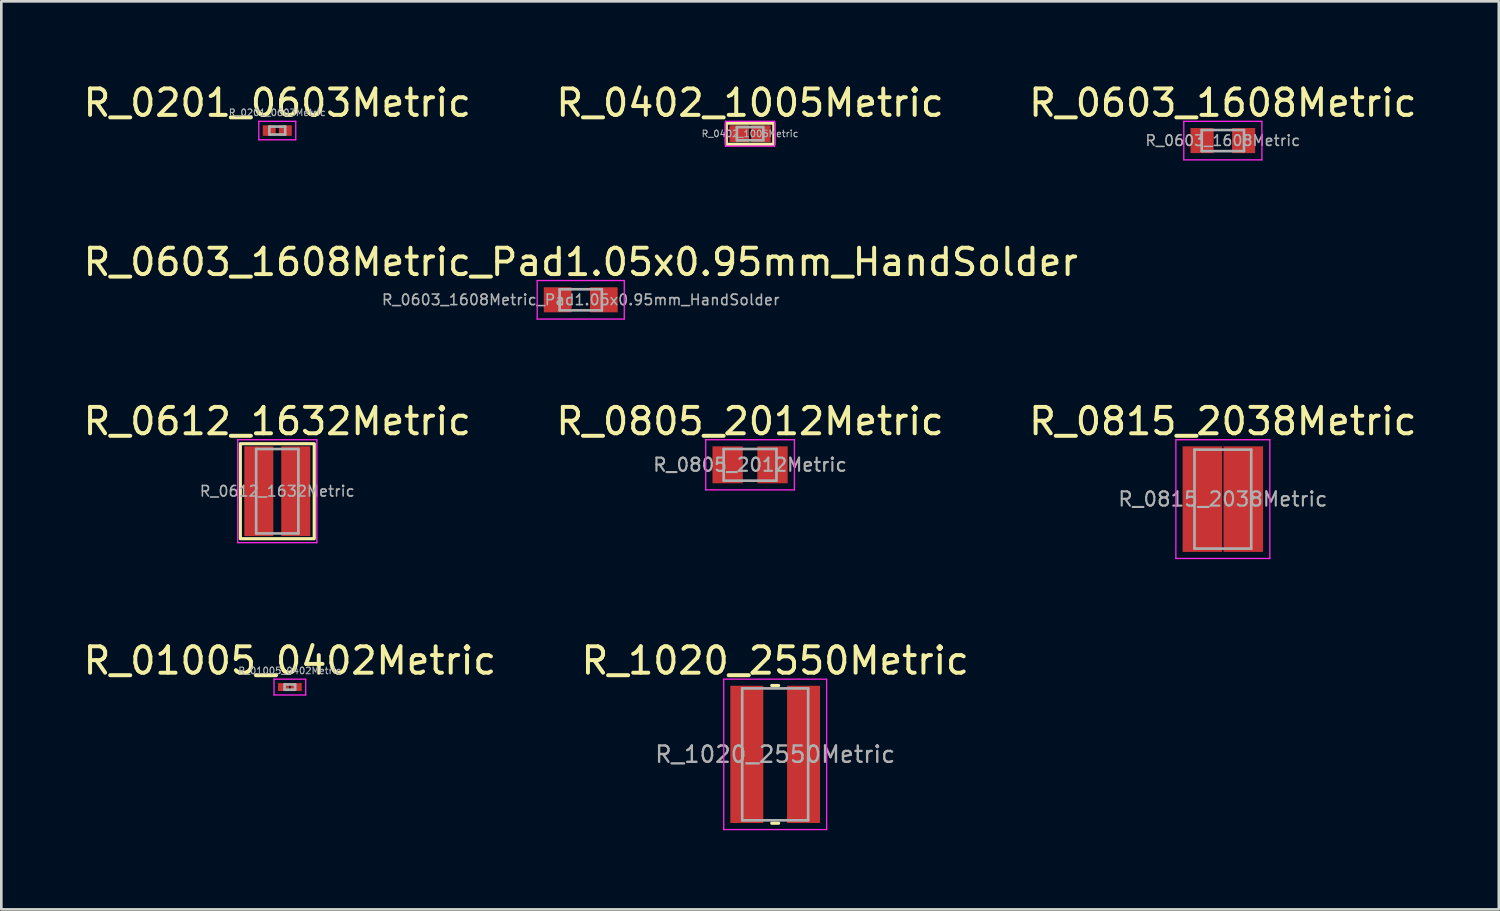
<source format=kicad_pcb>
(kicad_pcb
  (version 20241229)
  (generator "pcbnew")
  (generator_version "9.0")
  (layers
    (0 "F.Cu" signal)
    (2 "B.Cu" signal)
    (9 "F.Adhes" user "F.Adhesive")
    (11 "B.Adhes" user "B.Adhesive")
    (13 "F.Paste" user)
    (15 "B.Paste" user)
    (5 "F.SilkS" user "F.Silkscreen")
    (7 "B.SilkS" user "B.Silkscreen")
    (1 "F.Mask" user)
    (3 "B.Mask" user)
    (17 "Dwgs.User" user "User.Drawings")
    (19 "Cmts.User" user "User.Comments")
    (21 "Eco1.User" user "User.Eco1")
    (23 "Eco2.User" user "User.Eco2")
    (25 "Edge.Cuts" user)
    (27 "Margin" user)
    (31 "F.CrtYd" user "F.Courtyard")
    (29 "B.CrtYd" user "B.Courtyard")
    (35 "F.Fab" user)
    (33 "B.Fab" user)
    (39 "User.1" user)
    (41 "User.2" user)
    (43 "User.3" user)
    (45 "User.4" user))
  (footprint "R_01005_0402Metric"
    (layer "F.Cu")
    (at 7.935 22.988)
    (property "Reference" "R_01005_0402Metric" (at 0 -1 0) (layer "F.SilkS") (effects (font (size 1 1) (thickness 0.15))))
    (attr smd)
    (fp_line (start -0.6 -0.3) (end 0.6 -0.3) (stroke (width 0.05) (type solid)) (layer "F.CrtYd"))
    (fp_line (start -0.6 0.3) (end -0.6 -0.3) (stroke (width 0.05) (type solid)) (layer "F.CrtYd"))
    (fp_line (start 0.6 -0.3) (end 0.6 0.3) (stroke (width 0.05) (type solid)) (layer "F.CrtYd"))
    (fp_line (start 0.6 0.3) (end -0.6 0.3) (stroke (width 0.05) (type solid)) (layer "F.CrtYd"))
    (fp_line (start -0.2 -0.1) (end 0.2 -0.1) (stroke (width 0.1) (type solid)) (layer "F.Fab"))
    (fp_line (start -0.2 0.1) (end -0.2 -0.1) (stroke (width 0.1) (type solid)) (layer "F.Fab"))
    (fp_line (start 0.2 -0.1) (end 0.2 0.1) (stroke (width 0.1) (type solid)) (layer "F.Fab"))
    (fp_line (start 0.2 0.1) (end -0.2 0.1) (stroke (width 0.1) (type solid)) (layer "F.Fab"))
    (fp_text user "${REFERENCE}" (at 0 -0.62 0) (layer "F.Fab") (effects (font (size 0.25 0.25) (thickness 0.04))))
    (pad "" smd rect (at -0.265 0) (size 0.286 0.27) (layers "F.Paste"))
    (pad "" smd rect (at 0.265 0) (size 0.286 0.27) (layers "F.Paste"))
    (pad "1" smd rect (at -0.24 0) (size 0.42 0.3) (layers "F.Cu" "F.Mask"))
    (pad "2" smd rect (at 0.24 0) (size 0.42 0.3) (layers "F.Cu" "F.Mask")))
  (footprint "R_0201_0603Metric"
    (layer "F.Cu")
    (at 7.458 1.898)
    (property "Reference" "R_0201_0603Metric" (at 0 -1.05 0) (layer "F.SilkS") (effects (font (size 1 1) (thickness 0.15))))
    (attr smd)
    (fp_line (start -0.7 -0.35) (end 0.7 -0.35) (stroke (width 0.05) (type solid)) (layer "F.CrtYd"))
    (fp_line (start -0.7 0.35) (end -0.7 -0.35) (stroke (width 0.05) (type solid)) (layer "F.CrtYd"))
    (fp_line (start 0.7 -0.35) (end 0.7 0.35) (stroke (width 0.05) (type solid)) (layer "F.CrtYd"))
    (fp_line (start 0.7 0.35) (end -0.7 0.35) (stroke (width 0.05) (type solid)) (layer "F.CrtYd"))
    (fp_line (start -0.3 -0.15) (end 0.3 -0.15) (stroke (width 0.1) (type solid)) (layer "F.Fab"))
    (fp_line (start -0.3 0.15) (end -0.3 -0.15) (stroke (width 0.1) (type solid)) (layer "F.Fab"))
    (fp_line (start 0.3 -0.15) (end 0.3 0.15) (stroke (width 0.1) (type solid)) (layer "F.Fab"))
    (fp_line (start 0.3 0.15) (end -0.3 0.15) (stroke (width 0.1) (type solid)) (layer "F.Fab"))
    (fp_text user "${REFERENCE}" (at 0 -0.68 0) (layer "F.Fab") (effects (font (size 0.25 0.25) (thickness 0.04))))
    (pad "" smd rect (at -0.33 0) (size 0.342 0.36) (layers "F.Paste"))
    (pad "" smd rect (at 0.33 0) (size 0.342 0.36) (layers "F.Paste"))
    (pad "1" smd rect (at -0.305 0) (size 0.49 0.4) (layers "F.Cu" "F.Mask"))
    (pad "2" smd rect (at 0.305 0) (size 0.49 0.4) (layers "F.Cu" "F.Mask")))
  (footprint "R_0815_2038Metric"
    (layer "F.Cu")
    (at 43.292 15.865)
    (property "Reference" "R_0815_2038Metric" (at 0 -2.95 0) (layer "F.SilkS") (effects (font (size 1 1) (thickness 0.15))))
    (attr smd)
    (fp_line (start -1.78 -2.25) (end 1.78 -2.25) (stroke (width 0.05) (type solid)) (layer "F.CrtYd"))
    (fp_line (start -1.78 2.25) (end -1.78 -2.25) (stroke (width 0.05) (type solid)) (layer "F.CrtYd"))
    (fp_line (start 1.78 -2.25) (end 1.78 2.25) (stroke (width 0.05) (type solid)) (layer "F.CrtYd"))
    (fp_line (start 1.78 2.25) (end -1.78 2.25) (stroke (width 0.05) (type solid)) (layer "F.CrtYd"))
    (fp_line (start -1.075 -1.875) (end 1.075 -1.875) (stroke (width 0.1) (type solid)) (layer "F.Fab"))
    (fp_line (start -1.075 1.875) (end -1.075 -1.875) (stroke (width 0.1) (type solid)) (layer "F.Fab"))
    (fp_line (start 1.075 -1.875) (end 1.075 1.875) (stroke (width 0.1) (type solid)) (layer "F.Fab"))
    (fp_line (start 1.075 1.875) (end -1.075 1.875) (stroke (width 0.1) (type solid)) (layer "F.Fab"))
    (fp_text user "${REFERENCE}" (at 0 0 0) (layer "F.Fab") (effects (font (size 0.54 0.54) (thickness 0.08))))
    (pad "1" smd rect (at -0.775 0) (size 1.5 4) (layers "F.Cu" "F.Mask" "F.Paste"))
    (pad "2" smd rect (at 0.775 0) (size 1.5 4) (layers "F.Cu" "F.Mask" "F.Paste")))
  (footprint "R_0612_1632Metric"
    (layer "F.Cu")
    (at 7.458 15.565)
    (property "Reference" "R_0612_1632Metric" (at 0 -2.65 0) (layer "F.SilkS") (effects (font (size 1 1) (thickness 0.15))))
    (attr smd)
    (fp_rect (start -1.4 -1.8) (end 1.4 1.8) (stroke (width 0.12) (type default)) (fill no) (layer "F.SilkS"))
    (fp_line (start -1.5 -1.95) (end 1.5 -1.95) (stroke (width 0.05) (type solid)) (layer "F.CrtYd"))
    (fp_line (start -1.5 1.95) (end -1.5 -1.95) (stroke (width 0.05) (type solid)) (layer "F.CrtYd"))
    (fp_line (start 1.5 -1.95) (end 1.5 1.95) (stroke (width 0.05) (type solid)) (layer "F.CrtYd"))
    (fp_line (start 1.5 1.95) (end -1.5 1.95) (stroke (width 0.05) (type solid)) (layer "F.CrtYd"))
    (fp_line (start -0.8 -1.6) (end 0.8 -1.6) (stroke (width 0.1) (type solid)) (layer "F.Fab"))
    (fp_line (start -0.8 1.6) (end -0.8 -1.6) (stroke (width 0.1) (type solid)) (layer "F.Fab"))
    (fp_line (start 0.8 -1.6) (end 0.8 1.6) (stroke (width 0.1) (type solid)) (layer "F.Fab"))
    (fp_line (start 0.8 1.6) (end -0.8 1.6) (stroke (width 0.1) (type solid)) (layer "F.Fab"))
    (fp_text user "${REFERENCE}" (at 0 0 0) (layer "F.Fab") (effects (font (size 0.4 0.4) (thickness 0.06))))
    (pad "1" smd rect (at -0.7 0) (size 1.1 3.4) (layers "F.Cu" "F.Mask" "F.Paste"))
    (pad "2" smd rect (at 0.7 0) (size 1.1 3.4) (layers "F.Cu" "F.Mask" "F.Paste")))
  (footprint "R_0805_2012Metric"
    (layer "F.Cu")
    (at 25.375 14.565)
    (property "Reference" "R_0805_2012Metric" (at 0 -1.65 0) (layer "F.SilkS") (effects (font (size 1 1) (thickness 0.15))))
    (attr smd)
    (fp_line (start -1.68 -0.95) (end 1.68 -0.95) (stroke (width 0.05) (type solid)) (layer "F.CrtYd"))
    (fp_line (start -1.68 0.95) (end -1.68 -0.95) (stroke (width 0.05) (type solid)) (layer "F.CrtYd"))
    (fp_line (start 1.68 -0.95) (end 1.68 0.95) (stroke (width 0.05) (type solid)) (layer "F.CrtYd"))
    (fp_line (start 1.68 0.95) (end -1.68 0.95) (stroke (width 0.05) (type solid)) (layer "F.CrtYd"))
    (fp_line (start -1 -0.6) (end 1 -0.6) (stroke (width 0.1) (type solid)) (layer "F.Fab"))
    (fp_line (start -1 0.6) (end -1 -0.6) (stroke (width 0.1) (type solid)) (layer "F.Fab"))
    (fp_line (start 1 -0.6) (end 1 0.6) (stroke (width 0.1) (type solid)) (layer "F.Fab"))
    (fp_line (start 1 0.6) (end -1 0.6) (stroke (width 0.1) (type solid)) (layer "F.Fab"))
    (fp_text user "${REFERENCE}" (at 0 0 0) (layer "F.Fab") (effects (font (size 0.5 0.5) (thickness 0.08))))
    (pad "1" smd rect (at -0.85 0) (size 1.15 1.4) (layers "F.Cu" "F.Mask" "F.Paste"))
    (pad "2" smd rect (at 0.85 0) (size 1.15 1.4) (layers "F.Cu" "F.Mask" "F.Paste")))
  (footprint "R_1020_2550Metric"
    (layer "F.Cu")
    (at 26.327 25.538)
    (property "Reference" "R_1020_2550Metric" (at 0 -3.55 0) (layer "F.SilkS") (effects (font (size 1 1) (thickness 0.15))))
    (attr smd)
    (fp_line (start -0.13 -2.61) (end 0.13 -2.61) (stroke (width 0.12) (type solid)) (layer "F.SilkS"))
    (fp_line (start -0.13 2.61) (end 0.13 2.61) (stroke (width 0.12) (type solid)) (layer "F.SilkS"))
    (fp_line (start -1.95 -2.85) (end 1.95 -2.85) (stroke (width 0.05) (type solid)) (layer "F.CrtYd"))
    (fp_line (start -1.95 2.85) (end -1.95 -2.85) (stroke (width 0.05) (type solid)) (layer "F.CrtYd"))
    (fp_line (start 1.95 -2.85) (end 1.95 2.85) (stroke (width 0.05) (type solid)) (layer "F.CrtYd"))
    (fp_line (start 1.95 2.85) (end -1.95 2.85) (stroke (width 0.05) (type solid)) (layer "F.CrtYd"))
    (fp_line (start -1.25 -2.5) (end 1.25 -2.5) (stroke (width 0.1) (type solid)) (layer "F.Fab"))
    (fp_line (start -1.25 2.5) (end -1.25 -2.5) (stroke (width 0.1) (type solid)) (layer "F.Fab"))
    (fp_line (start 1.25 -2.5) (end 1.25 2.5) (stroke (width 0.1) (type solid)) (layer "F.Fab"))
    (fp_line (start 1.25 2.5) (end -1.25 2.5) (stroke (width 0.1) (type solid)) (layer "F.Fab"))
    (fp_text user "${REFERENCE}" (at 0 0 0) (layer "F.Fab") (effects (font (size 0.62 0.62) (thickness 0.09))))
    (pad "1" smd rect (at -1.075 0) (size 1.25 5.2) (layers "F.Cu" "F.Mask" "F.Paste"))
    (pad "2" smd rect (at 1.075 0) (size 1.25 5.2) (layers "F.Cu" "F.Mask" "F.Paste")))
  (footprint "R_0603_1608Metric_Pad1.05x0.95mm_HandSolder"
    (layer "F.Cu")
    (at 18.958 8.312)
    (property "Reference" "R_0603_1608Metric_Pad1.05x0.95mm_HandSolder" (at 0 -1.43 0) (layer "F.SilkS") (effects (font (size 1 1) (thickness 0.15))))
    (attr smd)
    (fp_line (start -1.65 -0.73) (end 1.65 -0.73) (stroke (width 0.05) (type solid)) (layer "F.CrtYd"))
    (fp_line (start -1.65 0.73) (end -1.65 -0.73) (stroke (width 0.05) (type solid)) (layer "F.CrtYd"))
    (fp_line (start 1.65 -0.73) (end 1.65 0.73) (stroke (width 0.05) (type solid)) (layer "F.CrtYd"))
    (fp_line (start 1.65 0.73) (end -1.65 0.73) (stroke (width 0.05) (type solid)) (layer "F.CrtYd"))
    (fp_line (start -0.8 -0.4) (end 0.8 -0.4) (stroke (width 0.1) (type solid)) (layer "F.Fab"))
    (fp_line (start -0.8 0.4) (end -0.8 -0.4) (stroke (width 0.1) (type solid)) (layer "F.Fab"))
    (fp_line (start 0.8 -0.4) (end 0.8 0.4) (stroke (width 0.1) (type solid)) (layer "F.Fab"))
    (fp_line (start 0.8 0.4) (end -0.8 0.4) (stroke (width 0.1) (type solid)) (layer "F.Fab"))
    (fp_text user "${REFERENCE}" (at 0 0 0) (layer "F.Fab") (effects (font (size 0.4 0.4) (thickness 0.06))))
    (pad "1" smd rect (at -0.875 0) (size 1.05 0.95) (layers "F.Cu" "F.Mask" "F.Paste"))
    (pad "2" smd rect (at 0.875 0) (size 1.05 0.95) (layers "F.Cu" "F.Mask" "F.Paste")))
  (footprint "R_0402_1005Metric"
    (layer "F.Cu")
    (at 25.375 2.018)
    (property "Reference" "R_0402_1005Metric" (at 0 -1.17 0) (layer "F.SilkS") (effects (font (size 1 1) (thickness 0.15))))
    (attr smd)
    (fp_rect (start -0.9 -0.4) (end 0.9 0.4) (stroke (width 0.12) (type default)) (fill no) (layer "F.SilkS"))
    (fp_line (start -0.93 -0.47) (end 0.93 -0.47) (stroke (width 0.05) (type solid)) (layer "F.CrtYd"))
    (fp_line (start -0.93 0.47) (end -0.93 -0.47) (stroke (width 0.05) (type solid)) (layer "F.CrtYd"))
    (fp_line (start 0.93 -0.47) (end 0.93 0.47) (stroke (width 0.05) (type solid)) (layer "F.CrtYd"))
    (fp_line (start 0.93 0.47) (end -0.93 0.47) (stroke (width 0.05) (type solid)) (layer "F.CrtYd"))
    (fp_line (start -0.5 -0.25) (end 0.5 -0.25) (stroke (width 0.1) (type solid)) (layer "F.Fab"))
    (fp_line (start -0.5 0.25) (end -0.5 -0.25) (stroke (width 0.1) (type solid)) (layer "F.Fab"))
    (fp_line (start 0.5 -0.25) (end 0.5 0.25) (stroke (width 0.1) (type solid)) (layer "F.Fab"))
    (fp_line (start 0.5 0.25) (end -0.5 0.25) (stroke (width 0.1) (type solid)) (layer "F.Fab"))
    (fp_text user "${REFERENCE}" (at 0 0 0) (layer "F.Fab") (effects (font (size 0.25 0.25) (thickness 0.04))))
    (pad "1" smd rect (at -0.41 0) (size 0.74 0.64) (layers "F.Cu" "F.Mask" "F.Paste"))
    (pad "2" smd rect (at 0.41 0) (size 0.74 0.64) (layers "F.Cu" "F.Mask" "F.Paste")))
  (footprint "R_0603_1608Metric"
    (layer "F.Cu")
    (at 43.292 2.278)
    (property "Reference" "R_0603_1608Metric" (at 0 -1.43 0) (layer "F.SilkS") (effects (font (size 1 1) (thickness 0.15))))
    (attr smd)
    (fp_line (start -1.48 -0.73) (end 1.48 -0.73) (stroke (width 0.05) (type solid)) (layer "F.CrtYd"))
    (fp_line (start -1.48 0.73) (end -1.48 -0.73) (stroke (width 0.05) (type solid)) (layer "F.CrtYd"))
    (fp_line (start 1.48 -0.73) (end 1.48 0.73) (stroke (width 0.05) (type solid)) (layer "F.CrtYd"))
    (fp_line (start 1.48 0.73) (end -1.48 0.73) (stroke (width 0.05) (type solid)) (layer "F.CrtYd"))
    (fp_line (start -0.8 -0.4) (end 0.8 -0.4) (stroke (width 0.1) (type solid)) (layer "F.Fab"))
    (fp_line (start -0.8 0.4) (end -0.8 -0.4) (stroke (width 0.1) (type solid)) (layer "F.Fab"))
    (fp_line (start 0.8 -0.4) (end 0.8 0.4) (stroke (width 0.1) (type solid)) (layer "F.Fab"))
    (fp_line (start 0.8 0.4) (end -0.8 0.4) (stroke (width 0.1) (type solid)) (layer "F.Fab"))
    (fp_text user "${REFERENCE}" (at 0 0 0) (layer "F.Fab") (effects (font (size 0.4 0.4) (thickness 0.06))))
    (pad "1" smd rect (at -0.787 0) (size 0.875 0.95) (layers "F.Cu" "F.Mask" "F.Paste"))
    (pad "2" smd rect (at 0.787 0) (size 0.875 0.95) (layers "F.Cu" "F.Mask" "F.Paste")))
  (gr_rect
    (start -3 -3)
    (end 53.75 31.413)
    (stroke (width 0.1) (type default))
    (fill no)
    (layer "Edge.Cuts")))
</source>
